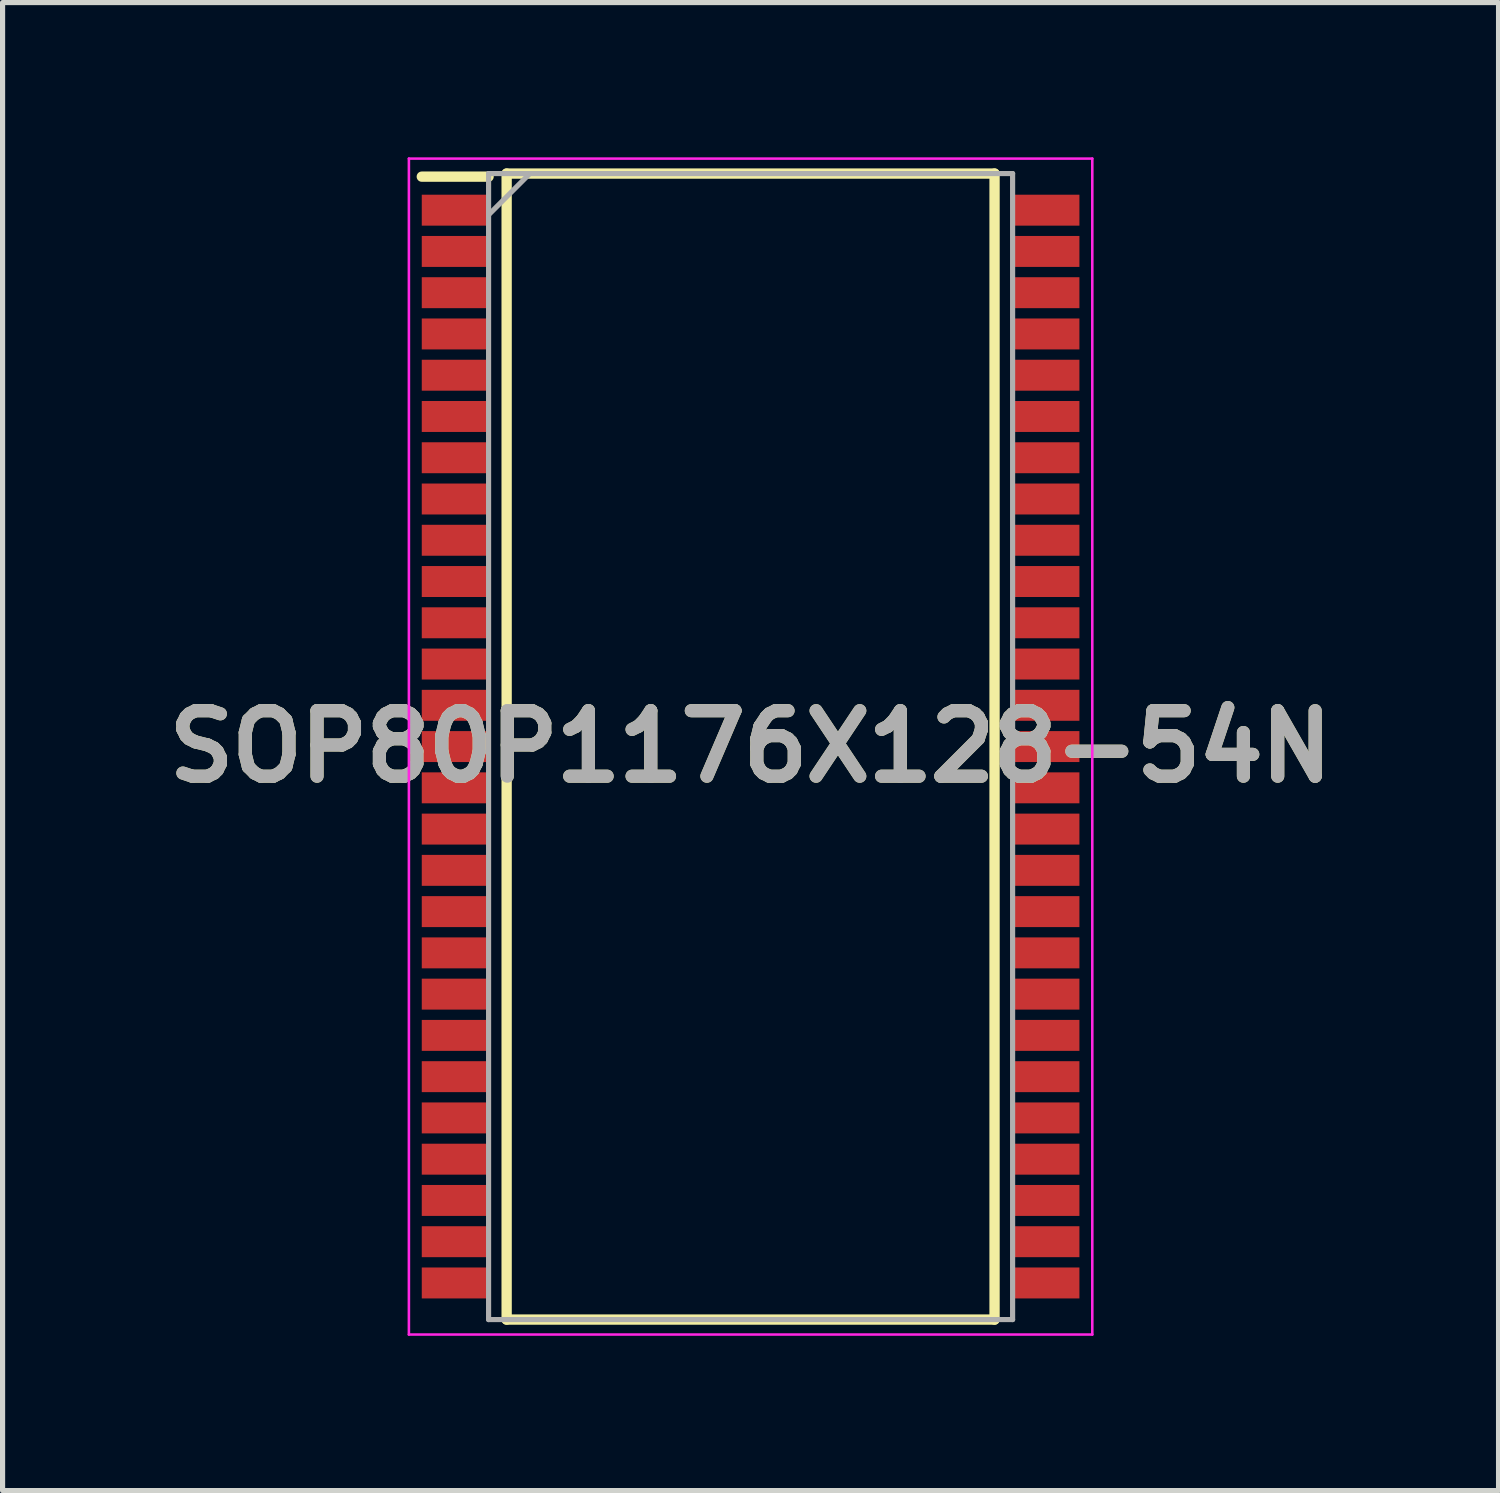
<source format=kicad_pcb>
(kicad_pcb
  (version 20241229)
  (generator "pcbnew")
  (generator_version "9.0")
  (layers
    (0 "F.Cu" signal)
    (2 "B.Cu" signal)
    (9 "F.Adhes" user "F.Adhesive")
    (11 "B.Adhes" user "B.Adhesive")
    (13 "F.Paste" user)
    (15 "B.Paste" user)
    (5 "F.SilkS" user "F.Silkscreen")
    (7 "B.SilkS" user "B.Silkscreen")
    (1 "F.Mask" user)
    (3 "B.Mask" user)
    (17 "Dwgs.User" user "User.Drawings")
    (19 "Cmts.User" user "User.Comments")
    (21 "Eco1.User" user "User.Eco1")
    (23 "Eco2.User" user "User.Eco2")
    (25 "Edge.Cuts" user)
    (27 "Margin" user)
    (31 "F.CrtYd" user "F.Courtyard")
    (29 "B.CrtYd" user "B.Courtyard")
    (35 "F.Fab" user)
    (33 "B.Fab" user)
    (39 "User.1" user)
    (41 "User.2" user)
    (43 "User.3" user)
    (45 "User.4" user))
  (footprint "SOP80P1176X128-54N"
    (layer "F.Cu")
    (at 11.503 11.425)
    (property "Reference" "SOP80P1176X128-54N" (at 0 0 0) (layer "F.SilkS") (effects (font (size 1.27 1.27) (thickness 0.254))))
    (attr smd)
    (fp_line (start -6.375 -11.05) (end -5.08 -11.05) (stroke (width 0.2) (type solid)) (layer "F.SilkS"))
    (fp_line (start -4.73 -11.11) (end 4.73 -11.11) (stroke (width 0.2) (type solid)) (layer "F.SilkS"))
    (fp_line (start -4.73 11.11) (end -4.73 -11.11) (stroke (width 0.2) (type solid)) (layer "F.SilkS"))
    (fp_line (start 4.73 -11.11) (end 4.73 11.11) (stroke (width 0.2) (type solid)) (layer "F.SilkS"))
    (fp_line (start 4.73 11.11) (end -4.73 11.11) (stroke (width 0.2) (type solid)) (layer "F.SilkS"))
    (fp_line (start -6.625 -11.4) (end 6.625 -11.4) (stroke (width 0.05) (type solid)) (layer "F.CrtYd"))
    (fp_line (start -6.625 11.4) (end -6.625 -11.4) (stroke (width 0.05) (type solid)) (layer "F.CrtYd"))
    (fp_line (start 6.625 -11.4) (end 6.625 11.4) (stroke (width 0.05) (type solid)) (layer "F.CrtYd"))
    (fp_line (start 6.625 11.4) (end -6.625 11.4) (stroke (width 0.05) (type solid)) (layer "F.CrtYd"))
    (fp_line (start -5.08 -11.11) (end 5.08 -11.11) (stroke (width 0.1) (type solid)) (layer "F.Fab"))
    (fp_line (start -5.08 -10.31) (end -4.28 -11.11) (stroke (width 0.1) (type solid)) (layer "F.Fab"))
    (fp_line (start -5.08 11.11) (end -5.08 -11.11) (stroke (width 0.1) (type solid)) (layer "F.Fab"))
    (fp_line (start 5.08 -11.11) (end 5.08 11.11) (stroke (width 0.1) (type solid)) (layer "F.Fab"))
    (fp_line (start 5.08 11.11) (end -5.08 11.11) (stroke (width 0.1) (type solid)) (layer "F.Fab"))
    (fp_text user "${REFERENCE}" (at 0 0 0) (layer "F.Fab") (effects (font (size 1.27 1.27) (thickness 0.254))))
    (pad "1" smd rect (at -5.728 -10.4 90) (size 0.6 1.295) (layers "F.Cu" "F.Mask" "F.Paste"))
    (pad "2" smd rect (at -5.728 -9.6 90) (size 0.6 1.295) (layers "F.Cu" "F.Mask" "F.Paste"))
    (pad "3" smd rect (at -5.728 -8.8 90) (size 0.6 1.295) (layers "F.Cu" "F.Mask" "F.Paste"))
    (pad "4" smd rect (at -5.728 -8 90) (size 0.6 1.295) (layers "F.Cu" "F.Mask" "F.Paste"))
    (pad "5" smd rect (at -5.728 -7.2 90) (size 0.6 1.295) (layers "F.Cu" "F.Mask" "F.Paste"))
    (pad "6" smd rect (at -5.728 -6.4 90) (size 0.6 1.295) (layers "F.Cu" "F.Mask" "F.Paste"))
    (pad "7" smd rect (at -5.728 -5.6 90) (size 0.6 1.295) (layers "F.Cu" "F.Mask" "F.Paste"))
    (pad "8" smd rect (at -5.728 -4.8 90) (size 0.6 1.295) (layers "F.Cu" "F.Mask" "F.Paste"))
    (pad "9" smd rect (at -5.728 -4 90) (size 0.6 1.295) (layers "F.Cu" "F.Mask" "F.Paste"))
    (pad "10" smd rect (at -5.728 -3.2 90) (size 0.6 1.295) (layers "F.Cu" "F.Mask" "F.Paste"))
    (pad "11" smd rect (at -5.728 -2.4 90) (size 0.6 1.295) (layers "F.Cu" "F.Mask" "F.Paste"))
    (pad "12" smd rect (at -5.728 -1.6 90) (size 0.6 1.295) (layers "F.Cu" "F.Mask" "F.Paste"))
    (pad "13" smd rect (at -5.728 -0.8 90) (size 0.6 1.295) (layers "F.Cu" "F.Mask" "F.Paste"))
    (pad "14" smd rect (at -5.728 0 90) (size 0.6 1.295) (layers "F.Cu" "F.Mask" "F.Paste"))
    (pad "15" smd rect (at -5.728 0.8 90) (size 0.6 1.295) (layers "F.Cu" "F.Mask" "F.Paste"))
    (pad "16" smd rect (at -5.728 1.6 90) (size 0.6 1.295) (layers "F.Cu" "F.Mask" "F.Paste"))
    (pad "17" smd rect (at -5.728 2.4 90) (size 0.6 1.295) (layers "F.Cu" "F.Mask" "F.Paste"))
    (pad "18" smd rect (at -5.728 3.2 90) (size 0.6 1.295) (layers "F.Cu" "F.Mask" "F.Paste"))
    (pad "19" smd rect (at -5.728 4 90) (size 0.6 1.295) (layers "F.Cu" "F.Mask" "F.Paste"))
    (pad "20" smd rect (at -5.728 4.8 90) (size 0.6 1.295) (layers "F.Cu" "F.Mask" "F.Paste"))
    (pad "21" smd rect (at -5.728 5.6 90) (size 0.6 1.295) (layers "F.Cu" "F.Mask" "F.Paste"))
    (pad "22" smd rect (at -5.728 6.4 90) (size 0.6 1.295) (layers "F.Cu" "F.Mask" "F.Paste"))
    (pad "23" smd rect (at -5.728 7.2 90) (size 0.6 1.295) (layers "F.Cu" "F.Mask" "F.Paste"))
    (pad "24" smd rect (at -5.728 8 90) (size 0.6 1.295) (layers "F.Cu" "F.Mask" "F.Paste"))
    (pad "25" smd rect (at -5.728 8.8 90) (size 0.6 1.295) (layers "F.Cu" "F.Mask" "F.Paste"))
    (pad "26" smd rect (at -5.728 9.6 90) (size 0.6 1.295) (layers "F.Cu" "F.Mask" "F.Paste"))
    (pad "27" smd rect (at -5.728 10.4 90) (size 0.6 1.295) (layers "F.Cu" "F.Mask" "F.Paste"))
    (pad "28" smd rect (at 5.728 10.4 90) (size 0.6 1.295) (layers "F.Cu" "F.Mask" "F.Paste"))
    (pad "29" smd rect (at 5.728 9.6 90) (size 0.6 1.295) (layers "F.Cu" "F.Mask" "F.Paste"))
    (pad "30" smd rect (at 5.728 8.8 90) (size 0.6 1.295) (layers "F.Cu" "F.Mask" "F.Paste"))
    (pad "31" smd rect (at 5.728 8 90) (size 0.6 1.295) (layers "F.Cu" "F.Mask" "F.Paste"))
    (pad "32" smd rect (at 5.728 7.2 90) (size 0.6 1.295) (layers "F.Cu" "F.Mask" "F.Paste"))
    (pad "33" smd rect (at 5.728 6.4 90) (size 0.6 1.295) (layers "F.Cu" "F.Mask" "F.Paste"))
    (pad "34" smd rect (at 5.728 5.6 90) (size 0.6 1.295) (layers "F.Cu" "F.Mask" "F.Paste"))
    (pad "35" smd rect (at 5.728 4.8 90) (size 0.6 1.295) (layers "F.Cu" "F.Mask" "F.Paste"))
    (pad "36" smd rect (at 5.728 4 90) (size 0.6 1.295) (layers "F.Cu" "F.Mask" "F.Paste"))
    (pad "37" smd rect (at 5.728 3.2 90) (size 0.6 1.295) (layers "F.Cu" "F.Mask" "F.Paste"))
    (pad "38" smd rect (at 5.728 2.4 90) (size 0.6 1.295) (layers "F.Cu" "F.Mask" "F.Paste"))
    (pad "39" smd rect (at 5.728 1.6 90) (size 0.6 1.295) (layers "F.Cu" "F.Mask" "F.Paste"))
    (pad "40" smd rect (at 5.728 0.8 90) (size 0.6 1.295) (layers "F.Cu" "F.Mask" "F.Paste"))
    (pad "41" smd rect (at 5.728 0 90) (size 0.6 1.295) (layers "F.Cu" "F.Mask" "F.Paste"))
    (pad "42" smd rect (at 5.728 -0.8 90) (size 0.6 1.295) (layers "F.Cu" "F.Mask" "F.Paste"))
    (pad "43" smd rect (at 5.728 -1.6 90) (size 0.6 1.295) (layers "F.Cu" "F.Mask" "F.Paste"))
    (pad "44" smd rect (at 5.728 -2.4 90) (size 0.6 1.295) (layers "F.Cu" "F.Mask" "F.Paste"))
    (pad "45" smd rect (at 5.728 -3.2 90) (size 0.6 1.295) (layers "F.Cu" "F.Mask" "F.Paste"))
    (pad "46" smd rect (at 5.728 -4 90) (size 0.6 1.295) (layers "F.Cu" "F.Mask" "F.Paste"))
    (pad "47" smd rect (at 5.728 -4.8 90) (size 0.6 1.295) (layers "F.Cu" "F.Mask" "F.Paste"))
    (pad "48" smd rect (at 5.728 -5.6 90) (size 0.6 1.295) (layers "F.Cu" "F.Mask" "F.Paste"))
    (pad "49" smd rect (at 5.728 -6.4 90) (size 0.6 1.295) (layers "F.Cu" "F.Mask" "F.Paste"))
    (pad "50" smd rect (at 5.728 -7.2 90) (size 0.6 1.295) (layers "F.Cu" "F.Mask" "F.Paste"))
    (pad "51" smd rect (at 5.728 -8 90) (size 0.6 1.295) (layers "F.Cu" "F.Mask" "F.Paste"))
    (pad "52" smd rect (at 5.728 -8.8 90) (size 0.6 1.295) (layers "F.Cu" "F.Mask" "F.Paste"))
    (pad "53" smd rect (at 5.728 -9.6 90) (size 0.6 1.295) (layers "F.Cu" "F.Mask" "F.Paste"))
    (pad "54" smd rect (at 5.728 -10.4 90) (size 0.6 1.295) (layers "F.Cu" "F.Mask" "F.Paste")))
  (gr_rect
    (start -3 -3)
    (end 26.005 25.85)
    (stroke (width 0.1) (type default))
    (fill no)
    (layer "Edge.Cuts")))
</source>
